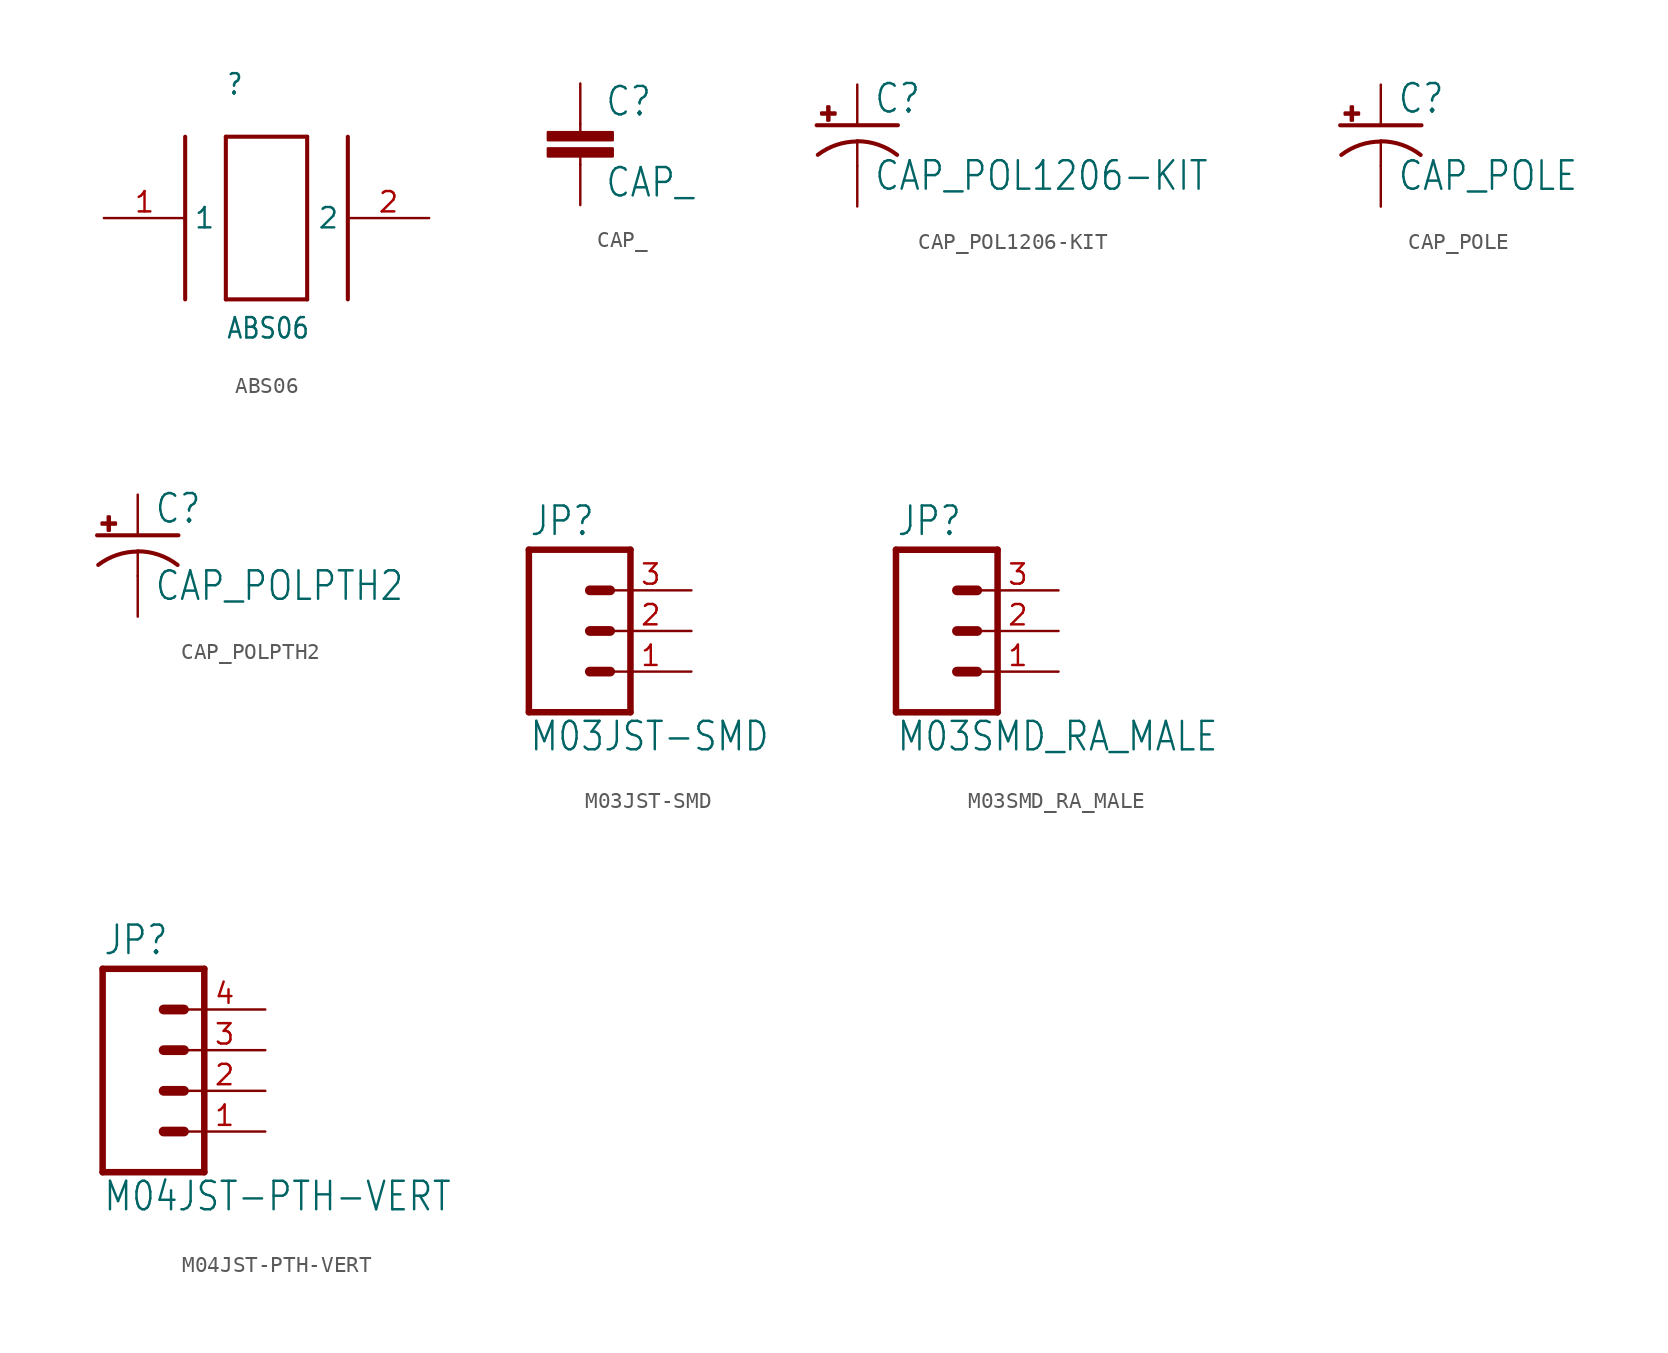
<source format=kicad_sym>
(kicad_symbol_lib
  (version 20211014)
  (generator kicad_symbol_editor)
  (symbol "ABS06"
    (property "Reference" ""
      (at -2.54 7.62 0)
      (effects (font (size 1.27 1.079)) (justify left bottom)))
    (property "Value" "ABS06"
      (at -2.54 -7.62 0)
      (effects (font (size 1.27 1.079)) (justify left bottom)))
    (property "ki_locked" ""
      (at 0 0 0)
      (effects (font (size 1.27 1.27))))
    (symbol "ABS06_1_0"
      (polyline (pts (xy -5.08 5.08) (xy -5.08 -5.08)) (stroke (width 0.254) (type default) (color 0 0 0 0)) (fill (type none)))
      (polyline (pts (xy -2.54 -5.08) (xy -2.54 5.08)) (stroke (width 0.254) (type default) (color 0 0 0 0)) (fill (type none)))
      (polyline (pts (xy -2.54 5.08) (xy 2.54 5.08)) (stroke (width 0.254) (type default) (color 0 0 0 0)) (fill (type none)))
      (polyline (pts (xy 2.54 -5.08) (xy -2.54 -5.08)) (stroke (width 0.254) (type default) (color 0 0 0 0)) (fill (type none)))
      (polyline (pts (xy 2.54 5.08) (xy 2.54 -5.08)) (stroke (width 0.254) (type default) (color 0 0 0 0)) (fill (type none)))
      (polyline (pts (xy 5.08 5.08) (xy 5.08 -5.08)) (stroke (width 0.254) (type default) (color 0 0 0 0)) (fill (type none)))
      (pin bidirectional line (at -10.16 0 0) (length 5.08) (name "1" (effects (font (size 1.27 1.27)))) (number "1" (effects (font (size 1.27 1.27)))))
      (pin bidirectional line (at 10.16 0 180) (length 5.08) (name "2" (effects (font (size 1.27 1.27)))) (number "2" (effects (font (size 1.27 1.27)))))))
  (symbol "CAP_"
    (property "Reference" "C"
      (at 1.524 2.921 0)
      (effects (font (size 1.778 1.511)) (justify left bottom)))
    (property "Value" "CAP_"
      (at 1.524 -2.159 0)
      (effects (font (size 1.778 1.511)) (justify left bottom)))
    (property "ki_locked" ""
      (at 0 0 0)
      (effects (font (size 1.27 1.27))))
    (symbol "CAP__1_0"
      (rectangle (start -2.032 0.508) (end 2.032 1.016) (stroke (width 0) (type default) (color 0 0 0 0)) (fill (type outline)))
      (rectangle (start -2.032 1.524) (end 2.032 2.032) (stroke (width 0) (type default) (color 0 0 0 0)) (fill (type outline)))
      (polyline (pts (xy 0 0) (xy 0 0.508)) (stroke (width 0.152) (type default) (color 0 0 0 0)) (fill (type none)))
      (polyline (pts (xy 0 2.54) (xy 0 2.032)) (stroke (width 0.152) (type default) (color 0 0 0 0)) (fill (type none)))
      (pin passive line (at 0 5.08 270) (length 2.54) (name "1" (effects (font (size 0 0)))) (number "P$1" (effects (font (size 0 0)))))
      (pin passive line (at 0 -2.54 90) (length 2.54) (name "2" (effects (font (size 0 0)))) (number "P$2" (effects (font (size 0 0)))))))
  (symbol "CAP_POL1206-KIT"
    (property "Reference" "C"
      (at 1.016 0.635 0)
      (effects (font (size 1.778 1.511)) (justify left bottom)))
    (property "Value" "CAP_POL1206-KIT"
      (at 1.016 -4.191 0)
      (effects (font (size 1.778 1.511)) (justify left bottom)))
    (property "ki_locked" ""
      (at 0 0 0)
      (effects (font (size 1.27 1.27))))
    (symbol "CAP_POL1206-KIT_1_0"
      (rectangle (start -2.253 0.668) (end -1.364 0.795) (stroke (width 0) (type default) (color 0 0 0 0)) (fill (type outline)))
      (rectangle (start -1.872 0.287) (end -1.745 1.176) (stroke (width 0) (type default) (color 0 0 0 0)) (fill (type outline)))
      (arc (start 0 -1.0161) (mid -1.3021 -1.2302) (end -2.4669 -1.8504) (stroke (width 0.254) (type default) (color 0 0 0 0)) (fill (type none)))
      (polyline (pts (xy -2.54 0) (xy 2.54 0)) (stroke (width 0.254) (type default) (color 0 0 0 0)) (fill (type none)))
      (polyline (pts (xy 0 -1.016) (xy 0 -2.54)) (stroke (width 0.152) (type default) (color 0 0 0 0)) (fill (type none)))
      (arc (start 2.4892 -1.8542) (mid 1.3158 -1.2195) (end 0 -1) (stroke (width 0.254) (type default) (color 0 0 0 0)) (fill (type none)))
      (pin passive line (at 0 2.54 270) (length 2.54) (name "+" (effects (font (size 0 0)))) (number "A" (effects (font (size 0 0)))))
      (pin passive line (at 0 -5.08 90) (length 2.54) (name "-" (effects (font (size 0 0)))) (number "C" (effects (font (size 0 0)))))))
  (symbol "CAP_POLE"
    (property "Reference" "C"
      (at 1.016 0.635 0)
      (effects (font (size 1.778 1.511)) (justify left bottom)))
    (property "Value" "CAP_POLE"
      (at 1.016 -4.191 0)
      (effects (font (size 1.778 1.511)) (justify left bottom)))
    (property "ki_locked" ""
      (at 0 0 0)
      (effects (font (size 1.27 1.27))))
    (symbol "CAP_POLE_1_0"
      (rectangle (start -2.253 0.668) (end -1.364 0.795) (stroke (width 0) (type default) (color 0 0 0 0)) (fill (type outline)))
      (rectangle (start -1.872 0.287) (end -1.745 1.176) (stroke (width 0) (type default) (color 0 0 0 0)) (fill (type outline)))
      (arc (start 0 -1.0161) (mid -1.3021 -1.2302) (end -2.4669 -1.8504) (stroke (width 0.254) (type default) (color 0 0 0 0)) (fill (type none)))
      (polyline (pts (xy -2.54 0) (xy 2.54 0)) (stroke (width 0.254) (type default) (color 0 0 0 0)) (fill (type none)))
      (polyline (pts (xy 0 -1.016) (xy 0 -2.54)) (stroke (width 0.152) (type default) (color 0 0 0 0)) (fill (type none)))
      (arc (start 2.4892 -1.8542) (mid 1.3158 -1.2195) (end 0 -1) (stroke (width 0.254) (type default) (color 0 0 0 0)) (fill (type none)))
      (pin passive line (at 0 2.54 270) (length 2.54) (name "+" (effects (font (size 0 0)))) (number "+" (effects (font (size 0 0)))))
      (pin passive line (at 0 -5.08 90) (length 2.54) (name "-" (effects (font (size 0 0)))) (number "-" (effects (font (size 0 0)))))))
  (symbol "CAP_POLPTH2"
    (property "Reference" "C"
      (at 1.016 0.635 0)
      (effects (font (size 1.778 1.511)) (justify left bottom)))
    (property "Value" "CAP_POLPTH2"
      (at 1.016 -4.191 0)
      (effects (font (size 1.778 1.511)) (justify left bottom)))
    (property "ki_locked" ""
      (at 0 0 0)
      (effects (font (size 1.27 1.27))))
    (symbol "CAP_POLPTH2_1_0"
      (rectangle (start -2.253 0.668) (end -1.364 0.795) (stroke (width 0) (type default) (color 0 0 0 0)) (fill (type outline)))
      (rectangle (start -1.872 0.287) (end -1.745 1.176) (stroke (width 0) (type default) (color 0 0 0 0)) (fill (type outline)))
      (arc (start 0 -1.0161) (mid -1.3021 -1.2302) (end -2.4669 -1.8504) (stroke (width 0.254) (type default) (color 0 0 0 0)) (fill (type none)))
      (polyline (pts (xy -2.54 0) (xy 2.54 0)) (stroke (width 0.254) (type default) (color 0 0 0 0)) (fill (type none)))
      (polyline (pts (xy 0 -1.016) (xy 0 -2.54)) (stroke (width 0.152) (type default) (color 0 0 0 0)) (fill (type none)))
      (arc (start 2.4892 -1.8542) (mid 1.3158 -1.2195) (end 0 -1) (stroke (width 0.254) (type default) (color 0 0 0 0)) (fill (type none)))
      (pin passive line (at 0 2.54 270) (length 2.54) (name "+" (effects (font (size 0 0)))) (number "1" (effects (font (size 0 0)))))
      (pin passive line (at 0 -5.08 90) (length 2.54) (name "-" (effects (font (size 0 0)))) (number "2" (effects (font (size 0 0)))))))
  (symbol "M03JST-SMD"
    (property "Reference" "JP"
      (at -2.54 5.842 0)
      (effects (font (size 1.778 1.511)) (justify left bottom)))
    (property "Value" "M03JST-SMD"
      (at -2.54 -7.62 0)
      (effects (font (size 1.778 1.511)) (justify left bottom)))
    (property "ki_locked" ""
      (at 0 0 0)
      (effects (font (size 1.27 1.27))))
    (symbol "M03JST-SMD_1_0"
      (polyline (pts (xy -2.54 5.08) (xy -2.54 -5.08)) (stroke (width 0.406) (type default) (color 0 0 0 0)) (fill (type none)))
      (polyline (pts (xy -2.54 5.08) (xy 3.81 5.08)) (stroke (width 0.406) (type default) (color 0 0 0 0)) (fill (type none)))
      (polyline (pts (xy 1.27 -2.54) (xy 2.54 -2.54)) (stroke (width 0.61) (type default) (color 0 0 0 0)) (fill (type none)))
      (polyline (pts (xy 1.27 0) (xy 2.54 0)) (stroke (width 0.61) (type default) (color 0 0 0 0)) (fill (type none)))
      (polyline (pts (xy 1.27 2.54) (xy 2.54 2.54)) (stroke (width 0.61) (type default) (color 0 0 0 0)) (fill (type none)))
      (polyline (pts (xy 3.81 -5.08) (xy -2.54 -5.08)) (stroke (width 0.406) (type default) (color 0 0 0 0)) (fill (type none)))
      (polyline (pts (xy 3.81 -5.08) (xy 3.81 5.08)) (stroke (width 0.406) (type default) (color 0 0 0 0)) (fill (type none)))
      (pin passive line (at 7.62 -2.54 180) (length 5.08) (name "1" (effects (font (size 0 0)))) (number "1" (effects (font (size 1.27 1.27)))))
      (pin passive line (at 7.62 0 180) (length 5.08) (name "2" (effects (font (size 0 0)))) (number "2" (effects (font (size 1.27 1.27)))))
      (pin passive line (at 7.62 2.54 180) (length 5.08) (name "3" (effects (font (size 0 0)))) (number "3" (effects (font (size 1.27 1.27)))))))
  (symbol "M03SMD_RA_MALE"
    (property "Reference" "JP"
      (at -2.54 5.842 0)
      (effects (font (size 1.778 1.511)) (justify left bottom)))
    (property "Value" "M03SMD_RA_MALE"
      (at -2.54 -7.62 0)
      (effects (font (size 1.778 1.511)) (justify left bottom)))
    (property "ki_locked" ""
      (at 0 0 0)
      (effects (font (size 1.27 1.27))))
    (symbol "M03SMD_RA_MALE_1_0"
      (polyline (pts (xy -2.54 5.08) (xy -2.54 -5.08)) (stroke (width 0.406) (type default) (color 0 0 0 0)) (fill (type none)))
      (polyline (pts (xy -2.54 5.08) (xy 3.81 5.08)) (stroke (width 0.406) (type default) (color 0 0 0 0)) (fill (type none)))
      (polyline (pts (xy 1.27 -2.54) (xy 2.54 -2.54)) (stroke (width 0.61) (type default) (color 0 0 0 0)) (fill (type none)))
      (polyline (pts (xy 1.27 0) (xy 2.54 0)) (stroke (width 0.61) (type default) (color 0 0 0 0)) (fill (type none)))
      (polyline (pts (xy 1.27 2.54) (xy 2.54 2.54)) (stroke (width 0.61) (type default) (color 0 0 0 0)) (fill (type none)))
      (polyline (pts (xy 3.81 -5.08) (xy -2.54 -5.08)) (stroke (width 0.406) (type default) (color 0 0 0 0)) (fill (type none)))
      (polyline (pts (xy 3.81 -5.08) (xy 3.81 5.08)) (stroke (width 0.406) (type default) (color 0 0 0 0)) (fill (type none)))
      (pin passive line (at 7.62 -2.54 180) (length 5.08) (name "1" (effects (font (size 0 0)))) (number "1" (effects (font (size 1.27 1.27)))))
      (pin passive line (at 7.62 0 180) (length 5.08) (name "2" (effects (font (size 0 0)))) (number "2" (effects (font (size 1.27 1.27)))))
      (pin passive line (at 7.62 2.54 180) (length 5.08) (name "3" (effects (font (size 0 0)))) (number "3" (effects (font (size 1.27 1.27)))))))
  (symbol "M04JST-PTH-VERT"
    (property "Reference" "JP"
      (at -5.08 8.382 0)
      (effects (font (size 1.778 1.511)) (justify left bottom)))
    (property "Value" "M04JST-PTH-VERT"
      (at -5.08 -7.62 0)
      (effects (font (size 1.778 1.511)) (justify left bottom)))
    (property "ki_locked" ""
      (at 0 0 0)
      (effects (font (size 1.27 1.27))))
    (symbol "M04JST-PTH-VERT_1_0"
      (polyline (pts (xy -5.08 7.62) (xy -5.08 -5.08)) (stroke (width 0.406) (type default) (color 0 0 0 0)) (fill (type none)))
      (polyline (pts (xy -5.08 7.62) (xy 1.27 7.62)) (stroke (width 0.406) (type default) (color 0 0 0 0)) (fill (type none)))
      (polyline (pts (xy -1.27 -2.54) (xy 0 -2.54)) (stroke (width 0.61) (type default) (color 0 0 0 0)) (fill (type none)))
      (polyline (pts (xy -1.27 0) (xy 0 0)) (stroke (width 0.61) (type default) (color 0 0 0 0)) (fill (type none)))
      (polyline (pts (xy -1.27 2.54) (xy 0 2.54)) (stroke (width 0.61) (type default) (color 0 0 0 0)) (fill (type none)))
      (polyline (pts (xy -1.27 5.08) (xy 0 5.08)) (stroke (width 0.61) (type default) (color 0 0 0 0)) (fill (type none)))
      (polyline (pts (xy 1.27 -5.08) (xy -5.08 -5.08)) (stroke (width 0.406) (type default) (color 0 0 0 0)) (fill (type none)))
      (polyline (pts (xy 1.27 -5.08) (xy 1.27 7.62)) (stroke (width 0.406) (type default) (color 0 0 0 0)) (fill (type none)))
      (pin passive line (at 5.08 -2.54 180) (length 5.08) (name "1" (effects (font (size 0 0)))) (number "1" (effects (font (size 1.27 1.27)))))
      (pin passive line (at 5.08 0 180) (length 5.08) (name "2" (effects (font (size 0 0)))) (number "2" (effects (font (size 1.27 1.27)))))
      (pin passive line (at 5.08 2.54 180) (length 5.08) (name "3" (effects (font (size 0 0)))) (number "3" (effects (font (size 1.27 1.27)))))
      (pin passive line (at 5.08 5.08 180) (length 5.08) (name "4" (effects (font (size 0 0)))) (number "4" (effects (font (size 1.27 1.27))))))))
</source>
